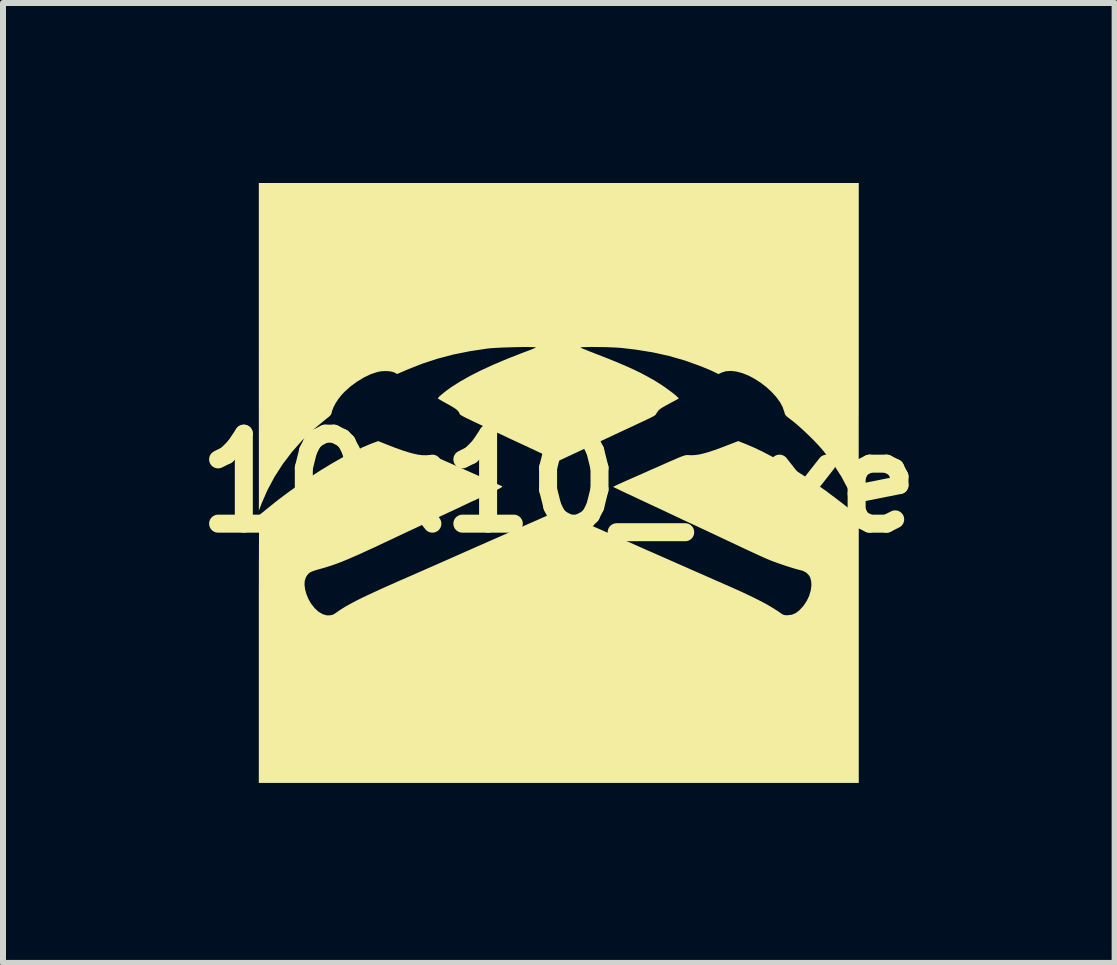
<source format=kicad_pcb>
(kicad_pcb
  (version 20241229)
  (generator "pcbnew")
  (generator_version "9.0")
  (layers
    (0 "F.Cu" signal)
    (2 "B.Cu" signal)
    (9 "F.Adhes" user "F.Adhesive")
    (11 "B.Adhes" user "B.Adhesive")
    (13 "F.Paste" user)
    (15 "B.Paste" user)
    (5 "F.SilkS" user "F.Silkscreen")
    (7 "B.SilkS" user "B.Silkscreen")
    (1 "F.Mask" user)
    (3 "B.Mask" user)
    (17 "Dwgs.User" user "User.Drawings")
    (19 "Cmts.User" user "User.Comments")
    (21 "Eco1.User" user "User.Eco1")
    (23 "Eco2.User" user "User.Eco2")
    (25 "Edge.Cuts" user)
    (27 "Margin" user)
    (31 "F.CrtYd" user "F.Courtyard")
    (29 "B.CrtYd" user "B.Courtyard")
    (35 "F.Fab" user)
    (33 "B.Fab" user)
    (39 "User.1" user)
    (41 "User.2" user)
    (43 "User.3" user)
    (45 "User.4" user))
  (footprint "10x10_axe"
    (layer "F.Cu")
    (at 6.264 5)
    (property "Reference" "10x10_axe" (at 0 0 0) (layer "F.SilkS") (effects (font (size 1.5 1.5) (thickness 0.3))))
    (attr board_only exclude_from_pos_files exclude_from_bom)
    (fp_poly (pts (xy 5 -2.233) (xy 5 -1.987) (xy 5 -1.746) (xy 5 -1.513) (xy 5 -1.287) (xy 4.999 -1.07) (xy 4.999 -0.862) (xy 4.999 -0.665) (xy 4.999 -0.48) (xy 4.998 -0.307) (xy 4.998 -0.148) (xy 4.998 -0.002) (xy 4.997 0.127) (xy 4.997 0.241) (xy 4.996 0.337) (xy 4.996 0.416) (xy 4.996 0.475) (xy 4.995 0.514) (xy 4.995 0.532) (xy 4.994 0.533) (xy 4.989 0.524) (xy 4.989 0.518) (xy 4.985 0.497) (xy 4.972 0.459) (xy 4.954 0.408) (xy 4.931 0.349) (xy 4.905 0.285) (xy 4.877 0.22) (xy 4.849 0.157) (xy 4.829 0.117) (xy 4.71 -0.106) (xy 4.571 -0.322) (xy 4.415 -0.528) (xy 4.376 -0.574) (xy 4.319 -0.637) (xy 4.252 -0.708) (xy 4.177 -0.782) (xy 4.1 -0.856) (xy 4.024 -0.926) (xy 3.953 -0.988) (xy 3.891 -1.038) (xy 3.875 -1.05) (xy 3.831 -1.084) (xy 3.8 -1.108) (xy 3.781 -1.128) (xy 3.77 -1.146) (xy 3.763 -1.167) (xy 3.758 -1.187) (xy 3.731 -1.266) (xy 3.686 -1.349) (xy 3.624 -1.433) (xy 3.548 -1.517) (xy 3.461 -1.597) (xy 3.364 -1.672) (xy 3.26 -1.738) (xy 3.162 -1.79) (xy 3.056 -1.832) (xy 2.956 -1.858) (xy 2.863 -1.868) (xy 2.78 -1.861) (xy 2.717 -1.841) (xy 2.662 -1.815) (xy 2.588 -1.851) (xy 2.55 -1.869) (xy 2.497 -1.892) (xy 2.436 -1.917) (xy 2.374 -1.943) (xy 2.36 -1.948) (xy 2.105 -2.04) (xy 1.841 -2.116) (xy 1.567 -2.177) (xy 1.279 -2.223) (xy 1.05 -2.25) (xy 0.995 -2.254) (xy 0.93 -2.258) (xy 0.857 -2.261) (xy 0.78 -2.264) (xy 0.702 -2.265) (xy 0.625 -2.266) (xy 0.552 -2.267) (xy 0.487 -2.266) (xy 0.433 -2.265) (xy 0.392 -2.263) (xy 0.367 -2.26) (xy 0.362 -2.256) (xy 0.375 -2.25) (xy 0.405 -2.236) (xy 0.451 -2.218) (xy 0.508 -2.195) (xy 0.573 -2.17) (xy 0.606 -2.157) (xy 0.79 -2.085) (xy 0.956 -2.018) (xy 1.105 -1.955) (xy 1.24 -1.894) (xy 1.363 -1.835) (xy 1.476 -1.775) (xy 1.581 -1.716) (xy 1.664 -1.665) (xy 1.717 -1.631) (xy 1.772 -1.593) (xy 1.827 -1.553) (xy 1.879 -1.515) (xy 1.925 -1.479) (xy 1.962 -1.448) (xy 1.987 -1.424) (xy 1.999 -1.41) (xy 1.998 -1.407) (xy 1.988 -1.401) (xy 1.961 -1.386) (xy 1.922 -1.365) (xy 1.873 -1.339) (xy 1.844 -1.323) (xy 1.78 -1.289) (xy 1.733 -1.262) (xy 1.698 -1.239) (xy 1.673 -1.22) (xy 1.655 -1.2) (xy 1.639 -1.178) (xy 1.629 -1.161) (xy 1.624 -1.152) (xy 1.619 -1.144) (xy 1.612 -1.136) (xy 1.602 -1.127) (xy 1.587 -1.117) (xy 1.565 -1.105) (xy 1.534 -1.089) (xy 1.493 -1.069) (xy 1.439 -1.043) (xy 1.372 -1.012) (xy 1.289 -0.973) (xy 1.189 -0.926) (xy 1.133 -0.9) (xy 1.068 -0.87) (xy 0.997 -0.837) (xy 0.929 -0.805) (xy 0.878 -0.781) (xy 0.841 -0.763) (xy 0.786 -0.738) (xy 0.718 -0.706) (xy 0.64 -0.669) (xy 0.553 -0.629) (xy 0.462 -0.586) (xy 0.374 -0.545) (xy -0.013 -0.364) (xy -0.476 -0.581) (xy -0.654 -0.664) (xy -0.813 -0.738) (xy -0.953 -0.804) (xy -1.078 -0.862) (xy -1.186 -0.913) (xy -1.279 -0.957) (xy -1.359 -0.995) (xy -1.427 -1.027) (xy -1.483 -1.054) (xy -1.528 -1.076) (xy -1.565 -1.094) (xy -1.593 -1.109) (xy -1.614 -1.12) (xy -1.629 -1.129) (xy -1.639 -1.135) (xy -1.645 -1.14) (xy -1.649 -1.144) (xy -1.651 -1.148) (xy -1.651 -1.15) (xy -1.663 -1.177) (xy -1.682 -1.202) (xy -1.71 -1.228) (xy -1.752 -1.256) (xy -1.809 -1.29) (xy -1.855 -1.316) (xy -1.908 -1.345) (xy -1.954 -1.371) (xy -1.99 -1.392) (xy -2.011 -1.406) (xy -2.016 -1.41) (xy -2.01 -1.421) (xy -1.99 -1.443) (xy -1.956 -1.472) (xy -1.913 -1.508) (xy -1.863 -1.546) (xy -1.808 -1.586) (xy -1.789 -1.599) (xy -1.646 -1.69) (xy -1.481 -1.783) (xy -1.294 -1.878) (xy -1.086 -1.973) (xy -0.857 -2.07) (xy -0.607 -2.168) (xy -0.55 -2.189) (xy -0.495 -2.21) (xy -0.446 -2.229) (xy -0.409 -2.245) (xy -0.387 -2.255) (xy -0.383 -2.258) (xy -0.39 -2.261) (xy -0.416 -2.264) (xy -0.459 -2.265) (xy -0.515 -2.266) (xy -0.582 -2.266) (xy -0.657 -2.265) (xy -0.737 -2.263) (xy -0.82 -2.261) (xy -0.902 -2.258) (xy -0.981 -2.255) (xy -1.054 -2.251) (xy -1.118 -2.247) (xy -1.17 -2.242) (xy -1.192 -2.24) (xy -1.483 -2.196) (xy -1.757 -2.141) (xy -2.019 -2.072) (xy -2.27 -1.99) (xy -2.514 -1.894) (xy -2.518 -1.892) (xy -2.695 -1.816) (xy -2.733 -1.838) (xy -2.774 -1.853) (xy -2.831 -1.863) (xy -2.896 -1.865) (xy -2.963 -1.861) (xy -3.022 -1.85) (xy -3.134 -1.813) (xy -3.249 -1.758) (xy -3.364 -1.688) (xy -3.473 -1.608) (xy -3.571 -1.52) (xy -3.63 -1.456) (xy -3.678 -1.394) (xy -3.721 -1.328) (xy -3.755 -1.263) (xy -3.778 -1.205) (xy -3.785 -1.176) (xy -3.79 -1.155) (xy -3.8 -1.136) (xy -3.817 -1.116) (xy -3.847 -1.091) (xy -3.889 -1.058) (xy -4.089 -0.892) (xy -4.275 -0.712) (xy -4.446 -0.519) (xy -4.601 -0.315) (xy -4.738 -0.102) (xy -4.856 0.118) (xy -4.954 0.343) (xy -4.956 0.349) (xy -4.999 0.461) (xy -5 -2.269) (xy -5 -5) (xy 0 -5) (xy 5 -5)) (stroke (width 0) (type solid)) (fill yes) (layer "F.SilkS"))
    (fp_poly (pts (xy 3.12 -0.647) (xy 3.258 -0.588) (xy 3.408 -0.516) (xy 3.57 -0.431) (xy 3.74 -0.334) (xy 3.915 -0.229) (xy 4.094 -0.115) (xy 4.272 0.005) (xy 4.44 0.123) (xy 4.486 0.157) (xy 4.539 0.197) (xy 4.596 0.239) (xy 4.653 0.283) (xy 4.708 0.325) (xy 4.757 0.363) (xy 4.798 0.395) (xy 4.828 0.419) (xy 4.844 0.432) (xy 4.844 0.433) (xy 4.855 0.442) (xy 4.879 0.462) (xy 4.911 0.488) (xy 4.925 0.499) (xy 5 0.559) (xy 5 2.78) (xy 5 5) (xy 0 5) (xy -5 5) (xy -5 2.771) (xy -5 2.504) (xy -5 2.259) (xy -5 2.034) (xy -5 1.829) (xy -4.999 1.643) (xy -4.999 1.474) (xy -4.999 1.323) (xy -4.998 1.188) (xy -4.998 1.069) (xy -4.997 0.964) (xy -4.997 0.873) (xy -4.996 0.794) (xy -4.995 0.728) (xy -4.994 0.673) (xy -4.993 0.628) (xy -4.992 0.593) (xy -4.99 0.566) (xy -4.989 0.548) (xy -4.987 0.536) (xy -4.985 0.53) (xy -4.985 0.529) (xy -4.971 0.518) (xy -4.943 0.495) (xy -4.906 0.465) (xy -4.863 0.43) (xy -4.857 0.425) (xy -4.687 0.289) (xy -4.51 0.156) (xy -4.329 0.027) (xy -4.146 -0.097) (xy -3.963 -0.215) (xy -3.783 -0.324) (xy -3.608 -0.424) (xy -3.44 -0.512) (xy -3.282 -0.589) (xy -3.136 -0.651) (xy -3.08 -0.672) (xy -3.01 -0.698) (xy -2.858 -0.637) (xy -2.724 -0.585) (xy -2.607 -0.543) (xy -2.506 -0.511) (xy -2.418 -0.487) (xy -2.342 -0.471) (xy -2.275 -0.463) (xy -2.215 -0.462) (xy -2.192 -0.463) (xy -2.171 -0.465) (xy -2.152 -0.465) (xy -2.131 -0.462) (xy -2.106 -0.455) (xy -2.074 -0.443) (xy -2.031 -0.426) (xy -1.975 -0.402) (xy -1.902 -0.369) (xy -1.883 -0.361) (xy -1.808 -0.328) (xy -1.718 -0.288) (xy -1.619 -0.244) (xy -1.515 -0.198) (xy -1.411 -0.152) (xy -1.314 -0.109) (xy -1.3 -0.103) (xy -1.218 -0.067) (xy -1.143 -0.034) (xy -1.076 -0.004) (xy -1.02 0.021) (xy -0.978 0.04) (xy -0.952 0.052) (xy -0.944 0.056) (xy -0.943 0.063) (xy -0.958 0.075) (xy -0.989 0.093) (xy -1.04 0.118) (xy -1.05 0.123) (xy -1.113 0.153) (xy -1.186 0.187) (xy -1.258 0.221) (xy -1.299 0.24) (xy -1.347 0.263) (xy -1.387 0.282) (xy -1.415 0.295) (xy -1.428 0.3) (xy -1.428 0.3) (xy -1.439 0.305) (xy -1.466 0.317) (xy -1.507 0.337) (xy -1.558 0.361) (xy -1.617 0.389) (xy -1.675 0.417) (xy -1.727 0.441) (xy -1.768 0.461) (xy -1.795 0.473) (xy -1.805 0.478) (xy -1.816 0.482) (xy -1.843 0.495) (xy -1.883 0.514) (xy -1.933 0.537) (xy -1.963 0.551) (xy -2.013 0.575) (xy -2.08 0.607) (xy -2.158 0.643) (xy -2.244 0.684) (xy -2.333 0.725) (xy -2.42 0.766) (xy -2.433 0.772) (xy -2.519 0.812) (xy -2.605 0.853) (xy -2.688 0.891) (xy -2.763 0.927) (xy -2.827 0.957) (xy -2.876 0.98) (xy -2.883 0.983) (xy -3.045 1.06) (xy -3.189 1.126) (xy -3.317 1.185) (xy -3.432 1.235) (xy -3.534 1.279) (xy -3.627 1.317) (xy -3.712 1.349) (xy -3.792 1.377) (xy -3.867 1.401) (xy -3.941 1.423) (xy -3.978 1.433) (xy -4.049 1.453) (xy -4.103 1.471) (xy -4.142 1.489) (xy -4.171 1.51) (xy -4.194 1.537) (xy -4.214 1.571) (xy -4.217 1.578) (xy -4.235 1.633) (xy -4.238 1.701) (xy -4.228 1.777) (xy -4.205 1.858) (xy -4.171 1.938) (xy -4.131 2.008) (xy -4.071 2.085) (xy -4.007 2.145) (xy -3.94 2.185) (xy -3.874 2.206) (xy -3.819 2.207) (xy -3.781 2.2) (xy -3.75 2.189) (xy -3.74 2.183) (xy -3.695 2.151) (xy -3.649 2.119) (xy -3.6 2.088) (xy -3.548 2.056) (xy -3.489 2.023) (xy -3.424 1.988) (xy -3.351 1.95) (xy -3.268 1.909) (xy -3.175 1.865) (xy -3.069 1.816) (xy -2.95 1.761) (xy -2.816 1.701) (xy -2.665 1.634) (xy -2.497 1.561) (xy -2.31 1.479) (xy -2.294 1.472) (xy -2.251 1.453) (xy -2.19 1.426) (xy -2.117 1.394) (xy -2.035 1.358) (xy -1.947 1.319) (xy -1.858 1.28) (xy -1.822 1.264) (xy -1.691 1.206) (xy -1.576 1.155) (xy -1.471 1.109) (xy -1.373 1.065) (xy -1.277 1.023) (xy -1.178 0.979) (xy -1.071 0.932) (xy -1.067 0.931) (xy -1.011 0.906) (xy -0.958 0.883) (xy -0.912 0.863) (xy -0.883 0.85) (xy -0.857 0.838) (xy -0.83 0.826) (xy -0.801 0.813) (xy -0.767 0.798) (xy -0.726 0.779) (xy -0.674 0.757) (xy -0.61 0.728) (xy -0.531 0.693) (xy -0.434 0.651) (xy -0.433 0.65) (xy -0.354 0.616) (xy -0.279 0.582) (xy -0.21 0.552) (xy -0.151 0.526) (xy -0.106 0.506) (xy -0.078 0.493) (xy -0.076 0.492) (xy -0.013 0.464) (xy 0.113 0.52) (xy 0.155 0.538) (xy 0.213 0.564) (xy 0.284 0.596) (xy 0.365 0.631) (xy 0.452 0.67) (xy 0.541 0.709) (xy 0.583 0.728) (xy 0.682 0.771) (xy 0.789 0.818) (xy 0.899 0.867) (xy 1.006 0.914) (xy 1.105 0.958) (xy 1.19 0.995) (xy 1.2 1) (xy 1.291 1.04) (xy 1.392 1.085) (xy 1.496 1.131) (xy 1.597 1.175) (xy 1.687 1.215) (xy 1.717 1.228) (xy 1.795 1.262) (xy 1.876 1.298) (xy 1.953 1.332) (xy 2.023 1.363) (xy 2.079 1.388) (xy 2.094 1.394) (xy 2.25 1.463) (xy 2.419 1.537) (xy 2.593 1.614) (xy 2.764 1.689) (xy 2.844 1.724) (xy 3.028 1.806) (xy 3.191 1.883) (xy 3.335 1.954) (xy 3.46 2.02) (xy 3.567 2.083) (xy 3.658 2.141) (xy 3.698 2.17) (xy 3.729 2.19) (xy 3.756 2.201) (xy 3.79 2.205) (xy 3.815 2.205) (xy 3.883 2.196) (xy 3.945 2.171) (xy 4.005 2.127) (xy 4.066 2.063) (xy 4.085 2.039) (xy 4.135 1.962) (xy 4.173 1.881) (xy 4.198 1.798) (xy 4.21 1.717) (xy 4.208 1.643) (xy 4.191 1.578) (xy 4.175 1.546) (xy 4.13 1.498) (xy 4.07 1.465) (xy 4.017 1.451) (xy 3.986 1.443) (xy 3.939 1.43) (xy 3.88 1.412) (xy 3.813 1.391) (xy 3.743 1.368) (xy 3.673 1.344) (xy 3.609 1.321) (xy 3.565 1.305) (xy 3.537 1.294) (xy 3.508 1.282) (xy 3.476 1.269) (xy 3.439 1.253) (xy 3.394 1.233) (xy 3.342 1.209) (xy 3.279 1.18) (xy 3.203 1.145) (xy 3.114 1.104) (xy 3.01 1.055) (xy 2.888 0.997) (xy 2.812 0.962) (xy 2.692 0.905) (xy 2.59 0.857) (xy 2.505 0.817) (xy 2.435 0.784) (xy 2.378 0.758) (xy 2.332 0.736) (xy 2.296 0.719) (xy 2.268 0.706) (xy 2.246 0.696) (xy 2.228 0.687) (xy 2.212 0.68) (xy 2.198 0.674) (xy 2.194 0.672) (xy 2.163 0.657) (xy 2.117 0.636) (xy 2.063 0.611) (xy 2.008 0.584) (xy 2.006 0.583) (xy 1.961 0.563) (xy 1.901 0.534) (xy 1.828 0.5) (xy 1.746 0.461) (xy 1.66 0.421) (xy 1.572 0.38) (xy 1.544 0.367) (xy 1.414 0.306) (xy 1.303 0.254) (xy 1.209 0.209) (xy 1.13 0.173) (xy 1.067 0.143) (xy 1.016 0.119) (xy 0.977 0.1) (xy 0.948 0.086) (xy 0.928 0.077) (xy 0.915 0.07) (xy 0.908 0.067) (xy 0.906 0.065) (xy 0.915 0.06) (xy 0.941 0.047) (xy 0.982 0.027) (xy 1.036 0.003) (xy 1.1 -0.026) (xy 1.159 -0.052) (xy 1.238 -0.087) (xy 1.331 -0.128) (xy 1.433 -0.173) (xy 1.54 -0.221) (xy 1.646 -0.267) (xy 1.745 -0.311) (xy 1.76 -0.318) (xy 1.853 -0.359) (xy 1.928 -0.391) (xy 1.987 -0.417) (xy 2.033 -0.436) (xy 2.069 -0.449) (xy 2.096 -0.458) (xy 2.118 -0.463) (xy 2.135 -0.465) (xy 2.152 -0.465) (xy 2.165 -0.464) (xy 2.22 -0.462) (xy 2.278 -0.466) (xy 2.342 -0.475) (xy 2.415 -0.492) (xy 2.499 -0.516) (xy 2.596 -0.548) (xy 2.708 -0.589) (xy 2.82 -0.632) (xy 2.991 -0.698)) (stroke (width 0) (type solid)) (fill yes) (layer "F.SilkS")))
  (gr_rect
    (start -3 -3)
    (end 15.529 13)
    (stroke (width 0.1) (type default))
    (fill no)
    (layer "Edge.Cuts")))
</source>
